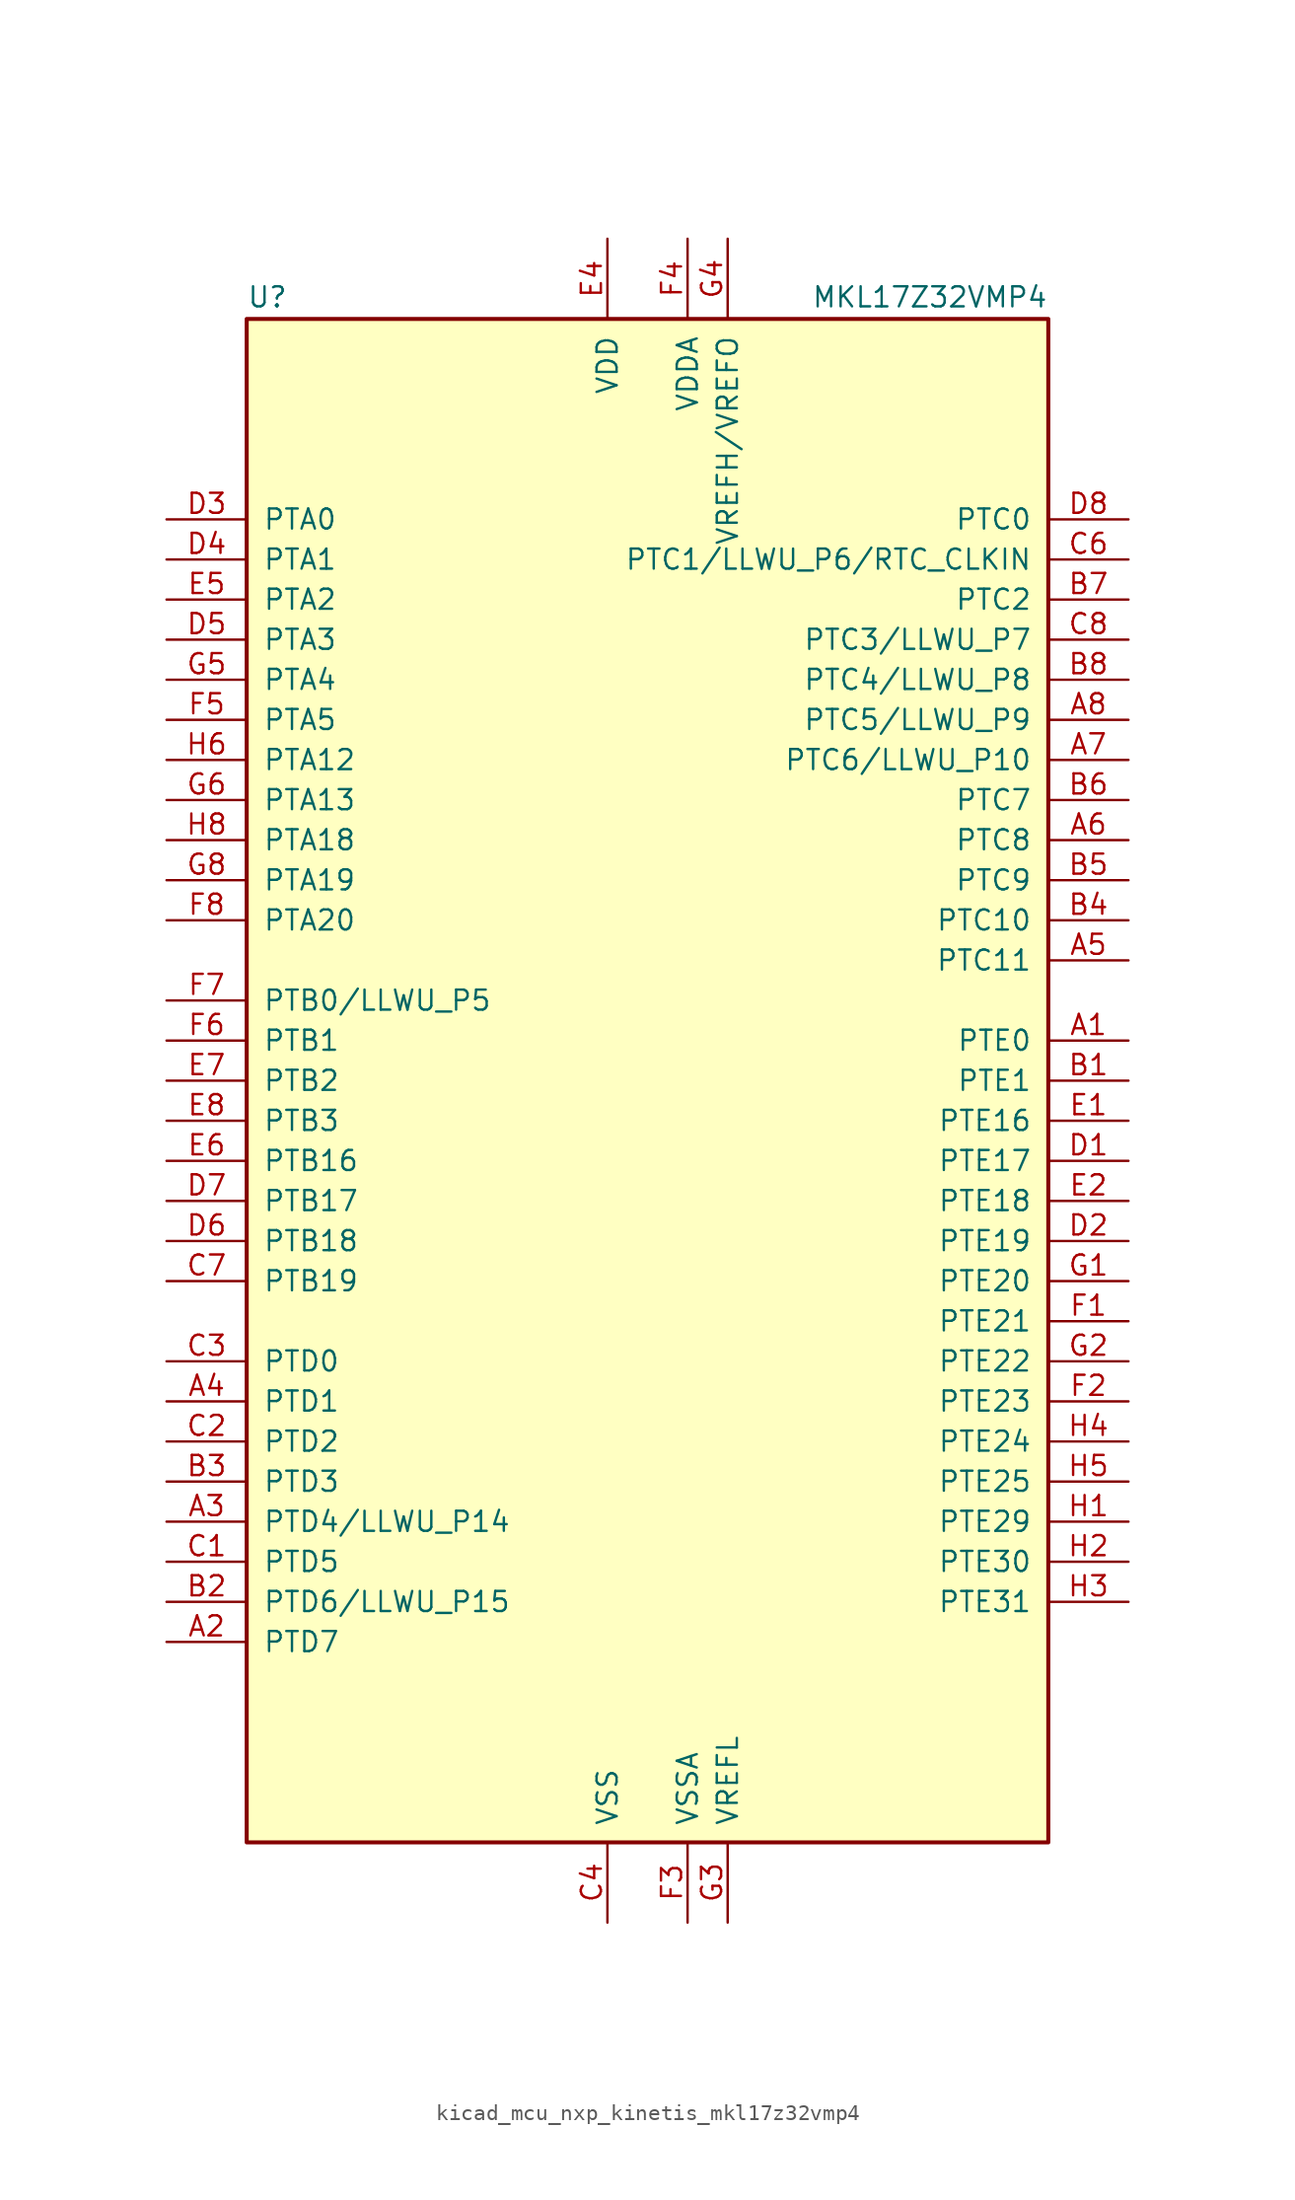
<source format=kicad_sym>
(kicad_symbol_lib
  (version 20220914)
  (generator kicad_symbol_editor)
  (symbol "kicad_mcu_nxp_kinetis_mkl17z32vmp4"
    (pin_names
      (offset 1.016))
    (property "Reference" "U"
      (at -25.4 48.895 0)
      (effects (font (size 1.27 1.27)) (justify left bottom)))
    (property "Value" "MKL17Z32VMP4"
      (at 25.4 48.895 0)
      (effects (font (size 1.27 1.27)) (justify right bottom)))
    (symbol "kicad_mcu_nxp_kinetis_mkl17z32vmp4_0_1"
      (rectangle (start -25.4 48.26) (end 25.4 -48.26) (stroke (width 0.254) (type default)) (fill (type background))))
    (symbol "kicad_mcu_nxp_kinetis_mkl17z32vmp4_1_1"
      (pin bidirectional line (at 30.48 2.54 180) (length 5.08) (name "PTE0" (effects (font (size 1.27 1.27)))) (number "A1" (effects (font (size 1.27 1.27)))))
      (pin bidirectional line (at -30.48 -35.56 0) (length 5.08) (name "PTD7" (effects (font (size 1.27 1.27)))) (number "A2" (effects (font (size 1.27 1.27)))))
      (pin bidirectional line (at -30.48 -27.94 0) (length 5.08) (name "PTD4/LLWU_P14" (effects (font (size 1.27 1.27)))) (number "A3" (effects (font (size 1.27 1.27)))))
      (pin bidirectional line (at -30.48 -20.32 0) (length 5.08) (name "PTD1" (effects (font (size 1.27 1.27)))) (number "A4" (effects (font (size 1.27 1.27)))))
      (pin bidirectional line (at 30.48 7.62 180) (length 5.08) (name "PTC11" (effects (font (size 1.27 1.27)))) (number "A5" (effects (font (size 1.27 1.27)))))
      (pin bidirectional line (at 30.48 15.24 180) (length 5.08) (name "PTC8" (effects (font (size 1.27 1.27)))) (number "A6" (effects (font (size 1.27 1.27)))))
      (pin bidirectional line (at 30.48 20.32 180) (length 5.08) (name "PTC6/LLWU_P10" (effects (font (size 1.27 1.27)))) (number "A7" (effects (font (size 1.27 1.27)))))
      (pin bidirectional line (at 30.48 22.86 180) (length 5.08) (name "PTC5/LLWU_P9" (effects (font (size 1.27 1.27)))) (number "A8" (effects (font (size 1.27 1.27)))))
      (pin bidirectional line (at 30.48 0 180) (length 5.08) (name "PTE1" (effects (font (size 1.27 1.27)))) (number "B1" (effects (font (size 1.27 1.27)))))
      (pin bidirectional line (at -30.48 -33.02 0) (length 5.08) (name "PTD6/LLWU_P15" (effects (font (size 1.27 1.27)))) (number "B2" (effects (font (size 1.27 1.27)))))
      (pin bidirectional line (at -30.48 -25.4 0) (length 5.08) (name "PTD3" (effects (font (size 1.27 1.27)))) (number "B3" (effects (font (size 1.27 1.27)))))
      (pin bidirectional line (at 30.48 10.16 180) (length 5.08) (name "PTC10" (effects (font (size 1.27 1.27)))) (number "B4" (effects (font (size 1.27 1.27)))))
      (pin bidirectional line (at 30.48 12.7 180) (length 5.08) (name "PTC9" (effects (font (size 1.27 1.27)))) (number "B5" (effects (font (size 1.27 1.27)))))
      (pin bidirectional line (at 30.48 17.78 180) (length 5.08) (name "PTC7" (effects (font (size 1.27 1.27)))) (number "B6" (effects (font (size 1.27 1.27)))))
      (pin bidirectional line (at 30.48 30.48 180) (length 5.08) (name "PTC2" (effects (font (size 1.27 1.27)))) (number "B7" (effects (font (size 1.27 1.27)))))
      (pin bidirectional line (at 30.48 25.4 180) (length 5.08) (name "PTC4/LLWU_P8" (effects (font (size 1.27 1.27)))) (number "B8" (effects (font (size 1.27 1.27)))))
      (pin bidirectional line (at -30.48 -30.48 0) (length 5.08) (name "PTD5" (effects (font (size 1.27 1.27)))) (number "C1" (effects (font (size 1.27 1.27)))))
      (pin bidirectional line (at -30.48 -22.86 0) (length 5.08) (name "PTD2" (effects (font (size 1.27 1.27)))) (number "C2" (effects (font (size 1.27 1.27)))))
      (pin bidirectional line (at -30.48 -17.78 0) (length 5.08) (name "PTD0" (effects (font (size 1.27 1.27)))) (number "C3" (effects (font (size 1.27 1.27)))))
      (pin power_in line (at -2.54 -53.34 90) (length 5.08) (name "VSS" (effects (font (size 1.27 1.27)))) (number "C4" (effects (font (size 1.27 1.27)))))
      (pin no_connect line (at -15.24 -48.26 90) (length 5.08) hide (name "NC" (effects (font (size 1.27 1.27)))) (number "C5" (effects (font (size 1.27 1.27)))))
      (pin bidirectional line (at 30.48 33.02 180) (length 5.08) (name "PTC1/LLWU_P6/RTC_CLKIN" (effects (font (size 1.27 1.27)))) (number "C6" (effects (font (size 1.27 1.27)))))
      (pin bidirectional line (at -30.48 -12.7 0) (length 5.08) (name "PTB19" (effects (font (size 1.27 1.27)))) (number "C7" (effects (font (size 1.27 1.27)))))
      (pin bidirectional line (at 30.48 27.94 180) (length 5.08) (name "PTC3/LLWU_P7" (effects (font (size 1.27 1.27)))) (number "C8" (effects (font (size 1.27 1.27)))))
      (pin bidirectional line (at 30.48 -5.08 180) (length 5.08) (name "PTE17" (effects (font (size 1.27 1.27)))) (number "D1" (effects (font (size 1.27 1.27)))))
      (pin bidirectional line (at 30.48 -10.16 180) (length 5.08) (name "PTE19" (effects (font (size 1.27 1.27)))) (number "D2" (effects (font (size 1.27 1.27)))))
      (pin bidirectional line (at -30.48 35.56 0) (length 5.08) (name "PTA0" (effects (font (size 1.27 1.27)))) (number "D3" (effects (font (size 1.27 1.27)))))
      (pin bidirectional line (at -30.48 33.02 0) (length 5.08) (name "PTA1" (effects (font (size 1.27 1.27)))) (number "D4" (effects (font (size 1.27 1.27)))))
      (pin bidirectional line (at -30.48 27.94 0) (length 5.08) (name "PTA3" (effects (font (size 1.27 1.27)))) (number "D5" (effects (font (size 1.27 1.27)))))
      (pin bidirectional line (at -30.48 -10.16 0) (length 5.08) (name "PTB18" (effects (font (size 1.27 1.27)))) (number "D6" (effects (font (size 1.27 1.27)))))
      (pin bidirectional line (at -30.48 -7.62 0) (length 5.08) (name "PTB17" (effects (font (size 1.27 1.27)))) (number "D7" (effects (font (size 1.27 1.27)))))
      (pin bidirectional line (at 30.48 35.56 180) (length 5.08) (name "PTC0" (effects (font (size 1.27 1.27)))) (number "D8" (effects (font (size 1.27 1.27)))))
      (pin bidirectional line (at 30.48 -2.54 180) (length 5.08) (name "PTE16" (effects (font (size 1.27 1.27)))) (number "E1" (effects (font (size 1.27 1.27)))))
      (pin bidirectional line (at 30.48 -7.62 180) (length 5.08) (name "PTE18" (effects (font (size 1.27 1.27)))) (number "E2" (effects (font (size 1.27 1.27)))))
      (pin passive line (at -2.54 -53.34 90) (length 5.08) hide (name "VSS" (effects (font (size 1.27 1.27)))) (number "E3" (effects (font (size 1.27 1.27)))))
      (pin power_in line (at -2.54 53.34 270) (length 5.08) (name "VDD" (effects (font (size 1.27 1.27)))) (number "E4" (effects (font (size 1.27 1.27)))))
      (pin bidirectional line (at -30.48 30.48 0) (length 5.08) (name "PTA2" (effects (font (size 1.27 1.27)))) (number "E5" (effects (font (size 1.27 1.27)))))
      (pin bidirectional line (at -30.48 -5.08 0) (length 5.08) (name "PTB16" (effects (font (size 1.27 1.27)))) (number "E6" (effects (font (size 1.27 1.27)))))
      (pin bidirectional line (at -30.48 0 0) (length 5.08) (name "PTB2" (effects (font (size 1.27 1.27)))) (number "E7" (effects (font (size 1.27 1.27)))))
      (pin bidirectional line (at -30.48 -2.54 0) (length 5.08) (name "PTB3" (effects (font (size 1.27 1.27)))) (number "E8" (effects (font (size 1.27 1.27)))))
      (pin bidirectional line (at 30.48 -15.24 180) (length 5.08) (name "PTE21" (effects (font (size 1.27 1.27)))) (number "F1" (effects (font (size 1.27 1.27)))))
      (pin bidirectional line (at 30.48 -20.32 180) (length 5.08) (name "PTE23" (effects (font (size 1.27 1.27)))) (number "F2" (effects (font (size 1.27 1.27)))))
      (pin power_in line (at 2.54 -53.34 90) (length 5.08) (name "VSSA" (effects (font (size 1.27 1.27)))) (number "F3" (effects (font (size 1.27 1.27)))))
      (pin power_in line (at 2.54 53.34 270) (length 5.08) (name "VDDA" (effects (font (size 1.27 1.27)))) (number "F4" (effects (font (size 1.27 1.27)))))
      (pin bidirectional line (at -30.48 22.86 0) (length 5.08) (name "PTA5" (effects (font (size 1.27 1.27)))) (number "F5" (effects (font (size 1.27 1.27)))))
      (pin bidirectional line (at -30.48 2.54 0) (length 5.08) (name "PTB1" (effects (font (size 1.27 1.27)))) (number "F6" (effects (font (size 1.27 1.27)))))
      (pin bidirectional line (at -30.48 5.08 0) (length 5.08) (name "PTB0/LLWU_P5" (effects (font (size 1.27 1.27)))) (number "F7" (effects (font (size 1.27 1.27)))))
      (pin bidirectional line (at -30.48 10.16 0) (length 5.08) (name "PTA20" (effects (font (size 1.27 1.27)))) (number "F8" (effects (font (size 1.27 1.27)))))
      (pin bidirectional line (at 30.48 -12.7 180) (length 5.08) (name "PTE20" (effects (font (size 1.27 1.27)))) (number "G1" (effects (font (size 1.27 1.27)))))
      (pin bidirectional line (at 30.48 -17.78 180) (length 5.08) (name "PTE22" (effects (font (size 1.27 1.27)))) (number "G2" (effects (font (size 1.27 1.27)))))
      (pin power_in line (at 5.08 -53.34 90) (length 5.08) (name "VREFL" (effects (font (size 1.27 1.27)))) (number "G3" (effects (font (size 1.27 1.27)))))
      (pin power_in line (at 5.08 53.34 270) (length 5.08) (name "VREFH/VREFO" (effects (font (size 1.27 1.27)))) (number "G4" (effects (font (size 1.27 1.27)))))
      (pin bidirectional line (at -30.48 25.4 0) (length 5.08) (name "PTA4" (effects (font (size 1.27 1.27)))) (number "G5" (effects (font (size 1.27 1.27)))))
      (pin bidirectional line (at -30.48 17.78 0) (length 5.08) (name "PTA13" (effects (font (size 1.27 1.27)))) (number "G6" (effects (font (size 1.27 1.27)))))
      (pin passive line (at -2.54 53.34 270) (length 5.08) hide (name "VDD" (effects (font (size 1.27 1.27)))) (number "G7" (effects (font (size 1.27 1.27)))))
      (pin bidirectional line (at -30.48 12.7 0) (length 5.08) (name "PTA19" (effects (font (size 1.27 1.27)))) (number "G8" (effects (font (size 1.27 1.27)))))
      (pin bidirectional line (at 30.48 -27.94 180) (length 5.08) (name "PTE29" (effects (font (size 1.27 1.27)))) (number "H1" (effects (font (size 1.27 1.27)))))
      (pin bidirectional line (at 30.48 -30.48 180) (length 5.08) (name "PTE30" (effects (font (size 1.27 1.27)))) (number "H2" (effects (font (size 1.27 1.27)))))
      (pin bidirectional line (at 30.48 -33.02 180) (length 5.08) (name "PTE31" (effects (font (size 1.27 1.27)))) (number "H3" (effects (font (size 1.27 1.27)))))
      (pin bidirectional line (at 30.48 -22.86 180) (length 5.08) (name "PTE24" (effects (font (size 1.27 1.27)))) (number "H4" (effects (font (size 1.27 1.27)))))
      (pin bidirectional line (at 30.48 -25.4 180) (length 5.08) (name "PTE25" (effects (font (size 1.27 1.27)))) (number "H5" (effects (font (size 1.27 1.27)))))
      (pin bidirectional line (at -30.48 20.32 0) (length 5.08) (name "PTA12" (effects (font (size 1.27 1.27)))) (number "H6" (effects (font (size 1.27 1.27)))))
      (pin passive line (at -2.54 -53.34 90) (length 5.08) hide (name "VSS" (effects (font (size 1.27 1.27)))) (number "H7" (effects (font (size 1.27 1.27)))))
      (pin bidirectional line (at -30.48 15.24 0) (length 5.08) (name "PTA18" (effects (font (size 1.27 1.27)))) (number "H8" (effects (font (size 1.27 1.27))))))))
</source>
